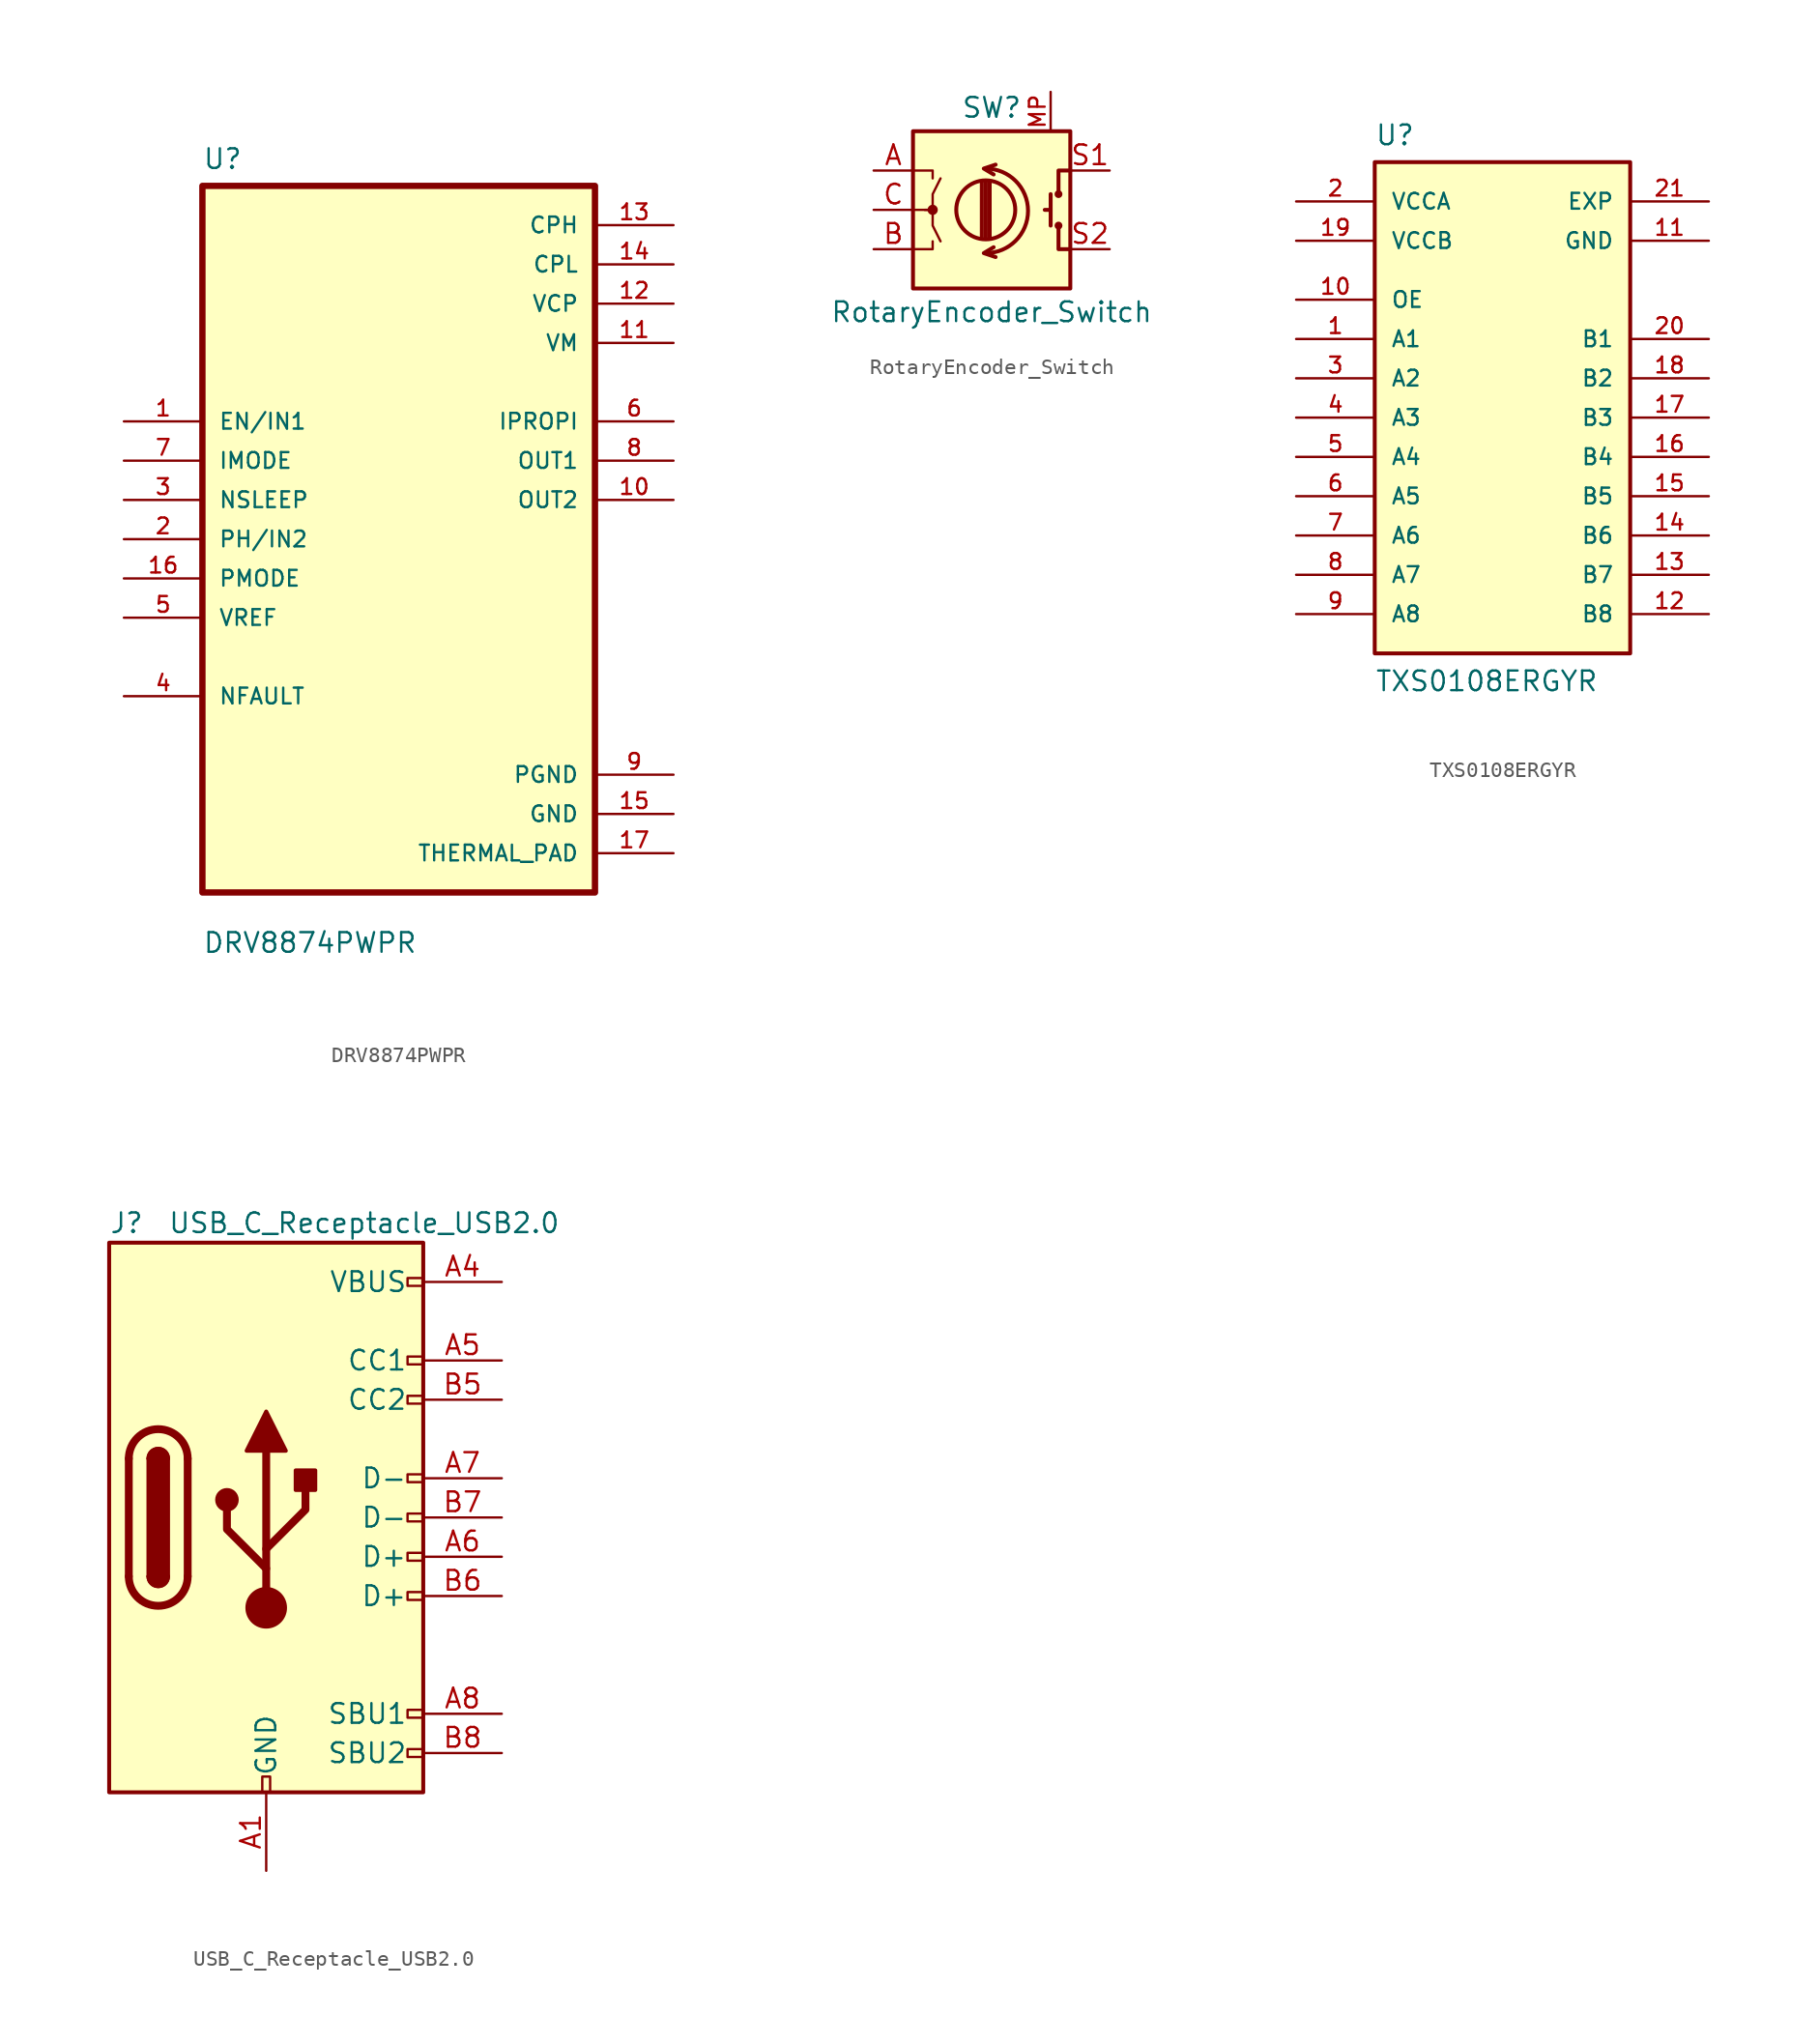
<source format=kicad_sym>
(kicad_symbol_lib
  (version 20211014)
  (generator kicad_symbol_editor)
  (symbol "DRV8874PWPR"
    (pin_names
      (offset 1.016))
    (property "Reference" "U"
      (at -12.7 23.86 0)
      (effects (font (size 1.27 1.27)) (justify left bottom)))
    (property "Value" "DRV8874PWPR"
      (at -12.7 -26.86 0)
      (effects (font (size 1.27 1.27)) (justify left bottom)))
    (symbol "DRV8874PWPR_0_0"
      (rectangle (start -12.7 -22.86) (end 12.7 22.86) (stroke (width 0.41) (type default) (color 0 0 0 0)) (fill (type background)))
      (pin input line (at -17.78 7.62 0) (length 5.08) (name "EN/IN1" (effects (font (size 1.016 1.016)))) (number "1" (effects (font (size 1.016 1.016)))))
      (pin output line (at 17.78 2.54 180) (length 5.08) (name "OUT2" (effects (font (size 1.016 1.016)))) (number "10" (effects (font (size 1.016 1.016)))))
      (pin power_in line (at 17.78 12.7 180) (length 5.08) (name "VM" (effects (font (size 1.016 1.016)))) (number "11" (effects (font (size 1.016 1.016)))))
      (pin power_in line (at 17.78 15.24 180) (length 5.08) (name "VCP" (effects (font (size 1.016 1.016)))) (number "12" (effects (font (size 1.016 1.016)))))
      (pin power_in line (at 17.78 20.32 180) (length 5.08) (name "CPH" (effects (font (size 1.016 1.016)))) (number "13" (effects (font (size 1.016 1.016)))))
      (pin power_in line (at 17.78 17.78 180) (length 5.08) (name "CPL" (effects (font (size 1.016 1.016)))) (number "14" (effects (font (size 1.016 1.016)))))
      (pin power_in line (at 17.78 -17.78 180) (length 5.08) (name "GND" (effects (font (size 1.016 1.016)))) (number "15" (effects (font (size 1.016 1.016)))))
      (pin input line (at -17.78 -2.54 0) (length 5.08) (name "PMODE" (effects (font (size 1.016 1.016)))) (number "16" (effects (font (size 1.016 1.016)))))
      (pin power_in line (at 17.78 -20.32 180) (length 5.08) (name "THERMAL_PAD" (effects (font (size 1.016 1.016)))) (number "17" (effects (font (size 1.016 1.016)))))
      (pin input line (at -17.78 0 0) (length 5.08) (name "PH/IN2" (effects (font (size 1.016 1.016)))) (number "2" (effects (font (size 1.016 1.016)))))
      (pin input line (at -17.78 2.54 0) (length 5.08) (name "NSLEEP" (effects (font (size 1.016 1.016)))) (number "3" (effects (font (size 1.016 1.016)))))
      (pin bidirectional line (at -17.78 -10.16 0) (length 5.08) (name "NFAULT" (effects (font (size 1.016 1.016)))) (number "4" (effects (font (size 1.016 1.016)))))
      (pin input line (at -17.78 -5.08 0) (length 5.08) (name "VREF" (effects (font (size 1.016 1.016)))) (number "5" (effects (font (size 1.016 1.016)))))
      (pin output line (at 17.78 7.62 180) (length 5.08) (name "IPROPI" (effects (font (size 1.016 1.016)))) (number "6" (effects (font (size 1.016 1.016)))))
      (pin input line (at -17.78 5.08 0) (length 5.08) (name "IMODE" (effects (font (size 1.016 1.016)))) (number "7" (effects (font (size 1.016 1.016)))))
      (pin output line (at 17.78 5.08 180) (length 5.08) (name "OUT1" (effects (font (size 1.016 1.016)))) (number "8" (effects (font (size 1.016 1.016)))))
      (pin power_in line (at 17.78 -15.24 180) (length 5.08) (name "PGND" (effects (font (size 1.016 1.016)))) (number "9" (effects (font (size 1.016 1.016)))))))
  (symbol "RotaryEncoder_Switch"
    (pin_names
      (offset 0.254) hide)
    (property "Reference" "SW"
      (at 0 6.604 0)
      (effects (font (size 1.27 1.27))))
    (property "Value" "RotaryEncoder_Switch"
      (at 0 -6.604 0)
      (effects (font (size 1.27 1.27))))
    (symbol "RotaryEncoder_Switch_0_0"
      (pin power_in line (at 3.81 7.62 270) (length 2.54) (name "MP" (effects (font (size 1.016 1.016)))) (number "MP" (effects (font (size 1.016 1.016))))))
    (symbol "RotaryEncoder_Switch_0_1"
      (rectangle (start -5.08 5.08) (end 5.08 -5.08) (stroke (width 0.254) (type default) (color 0 0 0 0)) (fill (type background)))
      (circle (center -3.81 0) (radius 0.254) (stroke (width 0) (type default) (color 0 0 0 0)) (fill (type outline)))
      (arc (start -0.381 -2.794) (mid 2.3622 -0.0508) (end -0.381 2.667) (stroke (width 0.254) (type default) (color 0 0 0 0)) (fill (type none)))
      (circle (center -0.381 0) (radius 1.905) (stroke (width 0.254) (type default) (color 0 0 0 0)) (fill (type none)))
      (polyline (pts (xy -0.635 -1.778) (xy -0.635 1.778)) (stroke (width 0.254) (type default) (color 0 0 0 0)) (fill (type none)))
      (polyline (pts (xy -0.381 -1.778) (xy -0.381 1.778)) (stroke (width 0.254) (type default) (color 0 0 0 0)) (fill (type none)))
      (polyline (pts (xy -0.127 1.778) (xy -0.127 -1.778)) (stroke (width 0.254) (type default) (color 0 0 0 0)) (fill (type none)))
      (polyline (pts (xy 3.81 0) (xy 3.429 0)) (stroke (width 0.254) (type default) (color 0 0 0 0)) (fill (type none)))
      (polyline (pts (xy 3.81 1.016) (xy 3.81 -1.016)) (stroke (width 0.254) (type default) (color 0 0 0 0)) (fill (type none)))
      (polyline (pts (xy -5.08 -2.54) (xy -3.81 -2.54) (xy -3.81 -2.032)) (stroke (width 0) (type default) (color 0 0 0 0)) (fill (type none)))
      (polyline (pts (xy -5.08 2.54) (xy -3.81 2.54) (xy -3.81 2.032)) (stroke (width 0) (type default) (color 0 0 0 0)) (fill (type none)))
      (polyline (pts (xy 0.254 -3.048) (xy -0.508 -2.794) (xy 0.127 -2.413)) (stroke (width 0.254) (type default) (color 0 0 0 0)) (fill (type none)))
      (polyline (pts (xy 0.254 2.921) (xy -0.508 2.667) (xy 0.127 2.286)) (stroke (width 0.254) (type default) (color 0 0 0 0)) (fill (type none)))
      (polyline (pts (xy 5.08 -2.54) (xy 4.318 -2.54) (xy 4.318 -1.016)) (stroke (width 0.254) (type default) (color 0 0 0 0)) (fill (type none)))
      (polyline (pts (xy 5.08 2.54) (xy 4.318 2.54) (xy 4.318 1.016)) (stroke (width 0.254) (type default) (color 0 0 0 0)) (fill (type none)))
      (polyline (pts (xy -5.08 0) (xy -3.81 0) (xy -3.81 -1.016) (xy -3.302 -2.032)) (stroke (width 0) (type default) (color 0 0 0 0)) (fill (type none)))
      (polyline (pts (xy -4.318 0) (xy -3.81 0) (xy -3.81 1.016) (xy -3.302 2.032)) (stroke (width 0) (type default) (color 0 0 0 0)) (fill (type none)))
      (circle (center 4.318 -1.016) (radius 0.127) (stroke (width 0.254) (type default) (color 0 0 0 0)) (fill (type none)))
      (circle (center 4.318 1.016) (radius 0.127) (stroke (width 0.254) (type default) (color 0 0 0 0)) (fill (type none))))
    (symbol "RotaryEncoder_Switch_1_1"
      (pin passive line (at -7.62 2.54 0) (length 2.54) (name "A" (effects (font (size 1.27 1.27)))) (number "A" (effects (font (size 1.27 1.27)))))
      (pin passive line (at -7.62 -2.54 0) (length 2.54) (name "B" (effects (font (size 1.27 1.27)))) (number "B" (effects (font (size 1.27 1.27)))))
      (pin passive line (at -7.62 0 0) (length 2.54) (name "C" (effects (font (size 1.27 1.27)))) (number "C" (effects (font (size 1.27 1.27)))))
      (pin passive line (at 7.62 2.54 180) (length 2.54) (name "S1" (effects (font (size 1.27 1.27)))) (number "S1" (effects (font (size 1.27 1.27)))))
      (pin passive line (at 7.62 -2.54 180) (length 2.54) (name "S2" (effects (font (size 1.27 1.27)))) (number "S2" (effects (font (size 1.27 1.27)))))))
  (symbol "TXS0108ERGYR"
    (pin_names
      (offset 1.016))
    (property "Reference" "U"
      (at -8.89 17.51 0)
      (effects (font (size 1.27 1.27)) (justify left bottom)))
    (property "Value" "TXS0108ERGYR"
      (at -8.89 -17.78 0)
      (effects (font (size 1.27 1.27)) (justify left bottom)))
    (symbol "TXS0108ERGYR_0_0"
      (rectangle (start -8.89 16.51) (end 7.62 -15.24) (stroke (width 0.254) (type default) (color 0 0 0 0)) (fill (type background)))
      (pin bidirectional line (at -13.97 5.08 0) (length 5.08) (name "A1" (effects (font (size 1.016 1.016)))) (number "1" (effects (font (size 1.016 1.016)))))
      (pin input line (at -13.97 7.62 0) (length 5.08) (name "OE" (effects (font (size 1.016 1.016)))) (number "10" (effects (font (size 1.016 1.016)))))
      (pin power_in line (at 12.7 11.43 180) (length 5.08) (name "GND" (effects (font (size 1.016 1.016)))) (number "11" (effects (font (size 1.016 1.016)))))
      (pin bidirectional line (at 12.7 -12.7 180) (length 5.08) (name "B8" (effects (font (size 1.016 1.016)))) (number "12" (effects (font (size 1.016 1.016)))))
      (pin bidirectional line (at 12.7 -10.16 180) (length 5.08) (name "B7" (effects (font (size 1.016 1.016)))) (number "13" (effects (font (size 1.016 1.016)))))
      (pin bidirectional line (at 12.7 -7.62 180) (length 5.08) (name "B6" (effects (font (size 1.016 1.016)))) (number "14" (effects (font (size 1.016 1.016)))))
      (pin bidirectional line (at 12.7 -5.08 180) (length 5.08) (name "B5" (effects (font (size 1.016 1.016)))) (number "15" (effects (font (size 1.016 1.016)))))
      (pin bidirectional line (at 12.7 -2.54 180) (length 5.08) (name "B4" (effects (font (size 1.016 1.016)))) (number "16" (effects (font (size 1.016 1.016)))))
      (pin bidirectional line (at 12.7 0 180) (length 5.08) (name "B3" (effects (font (size 1.016 1.016)))) (number "17" (effects (font (size 1.016 1.016)))))
      (pin bidirectional line (at 12.7 2.54 180) (length 5.08) (name "B2" (effects (font (size 1.016 1.016)))) (number "18" (effects (font (size 1.016 1.016)))))
      (pin power_in line (at -13.97 11.43 0) (length 5.08) (name "VCCB" (effects (font (size 1.016 1.016)))) (number "19" (effects (font (size 1.016 1.016)))))
      (pin power_in line (at -13.97 13.97 0) (length 5.08) (name "VCCA" (effects (font (size 1.016 1.016)))) (number "2" (effects (font (size 1.016 1.016)))))
      (pin bidirectional line (at 12.7 5.08 180) (length 5.08) (name "B1" (effects (font (size 1.016 1.016)))) (number "20" (effects (font (size 1.016 1.016)))))
      (pin power_in line (at 12.7 13.97 180) (length 5.08) (name "EXP" (effects (font (size 1.016 1.016)))) (number "21" (effects (font (size 1.016 1.016)))))
      (pin bidirectional line (at -13.97 2.54 0) (length 5.08) (name "A2" (effects (font (size 1.016 1.016)))) (number "3" (effects (font (size 1.016 1.016)))))
      (pin bidirectional line (at -13.97 0 0) (length 5.08) (name "A3" (effects (font (size 1.016 1.016)))) (number "4" (effects (font (size 1.016 1.016)))))
      (pin bidirectional line (at -13.97 -2.54 0) (length 5.08) (name "A4" (effects (font (size 1.016 1.016)))) (number "5" (effects (font (size 1.016 1.016)))))
      (pin bidirectional line (at -13.97 -5.08 0) (length 5.08) (name "A5" (effects (font (size 1.016 1.016)))) (number "6" (effects (font (size 1.016 1.016)))))
      (pin bidirectional line (at -13.97 -7.62 0) (length 5.08) (name "A6" (effects (font (size 1.016 1.016)))) (number "7" (effects (font (size 1.016 1.016)))))
      (pin bidirectional line (at -13.97 -10.16 0) (length 5.08) (name "A7" (effects (font (size 1.016 1.016)))) (number "8" (effects (font (size 1.016 1.016)))))
      (pin bidirectional line (at -13.97 -12.7 0) (length 5.08) (name "A8" (effects (font (size 1.016 1.016)))) (number "9" (effects (font (size 1.016 1.016)))))))
  (symbol "USB_C_Receptacle_USB2.0"
    (pin_names
      (offset 1.016))
    (property "Reference" "J"
      (at -10.16 19.05 0)
      (effects (font (size 1.27 1.27)) (justify left)))
    (property "Value" "USB_C_Receptacle_USB2.0"
      (at 19.05 19.05 0)
      (effects (font (size 1.27 1.27)) (justify right)))
    (symbol "USB_C_Receptacle_USB2.0_0_0"
      (rectangle (start -0.254 -17.78) (end 0.254 -16.764) (stroke (width 0) (type default) (color 0 0 0 0)) (fill (type none)))
      (rectangle (start 10.16 -14.986) (end 9.144 -15.494) (stroke (width 0) (type default) (color 0 0 0 0)) (fill (type none)))
      (rectangle (start 10.16 -12.446) (end 9.144 -12.954) (stroke (width 0) (type default) (color 0 0 0 0)) (fill (type none)))
      (rectangle (start 10.16 -4.826) (end 9.144 -5.334) (stroke (width 0) (type default) (color 0 0 0 0)) (fill (type none)))
      (rectangle (start 10.16 -2.286) (end 9.144 -2.794) (stroke (width 0) (type default) (color 0 0 0 0)) (fill (type none)))
      (rectangle (start 10.16 0.254) (end 9.144 -0.254) (stroke (width 0) (type default) (color 0 0 0 0)) (fill (type none)))
      (rectangle (start 10.16 2.794) (end 9.144 2.286) (stroke (width 0) (type default) (color 0 0 0 0)) (fill (type none)))
      (rectangle (start 10.16 7.874) (end 9.144 7.366) (stroke (width 0) (type default) (color 0 0 0 0)) (fill (type none)))
      (rectangle (start 10.16 10.414) (end 9.144 9.906) (stroke (width 0) (type default) (color 0 0 0 0)) (fill (type none)))
      (rectangle (start 10.16 15.494) (end 9.144 14.986) (stroke (width 0) (type default) (color 0 0 0 0)) (fill (type none))))
    (symbol "USB_C_Receptacle_USB2.0_0_1"
      (rectangle (start -10.16 17.78) (end 10.16 -17.78) (stroke (width 0.254) (type default) (color 0 0 0 0)) (fill (type background)))
      (arc (start -8.89 -3.81) (mid -6.985 -5.715) (end -5.08 -3.81) (stroke (width 0.508) (type default) (color 0 0 0 0)) (fill (type none)))
      (arc (start -7.62 -3.81) (mid -6.985 -4.445) (end -6.35 -3.81) (stroke (width 0.254) (type default) (color 0 0 0 0)) (fill (type none)))
      (arc (start -7.62 -3.81) (mid -6.985 -4.445) (end -6.35 -3.81) (stroke (width 0.254) (type default) (color 0 0 0 0)) (fill (type outline)))
      (rectangle (start -7.62 -3.81) (end -6.35 3.81) (stroke (width 0.254) (type default) (color 0 0 0 0)) (fill (type outline)))
      (arc (start -6.35 3.81) (mid -6.985 4.445) (end -7.62 3.81) (stroke (width 0.254) (type default) (color 0 0 0 0)) (fill (type none)))
      (arc (start -6.35 3.81) (mid -6.985 4.445) (end -7.62 3.81) (stroke (width 0.254) (type default) (color 0 0 0 0)) (fill (type outline)))
      (arc (start -5.08 3.81) (mid -6.985 5.715) (end -8.89 3.81) (stroke (width 0.508) (type default) (color 0 0 0 0)) (fill (type none)))
      (circle (center -2.54 1.143) (radius 0.635) (stroke (width 0.254) (type default) (color 0 0 0 0)) (fill (type outline)))
      (circle (center 0 -5.842) (radius 1.27) (stroke (width 0) (type default) (color 0 0 0 0)) (fill (type outline)))
      (polyline (pts (xy -8.89 -3.81) (xy -8.89 3.81)) (stroke (width 0.508) (type default) (color 0 0 0 0)) (fill (type none)))
      (polyline (pts (xy -5.08 3.81) (xy -5.08 -3.81)) (stroke (width 0.508) (type default) (color 0 0 0 0)) (fill (type none)))
      (polyline (pts (xy 0 -5.842) (xy 0 4.318)) (stroke (width 0.508) (type default) (color 0 0 0 0)) (fill (type none)))
      (polyline (pts (xy 0 -3.302) (xy -2.54 -0.762) (xy -2.54 0.508)) (stroke (width 0.508) (type default) (color 0 0 0 0)) (fill (type none)))
      (polyline (pts (xy 0 -2.032) (xy 2.54 0.508) (xy 2.54 1.778)) (stroke (width 0.508) (type default) (color 0 0 0 0)) (fill (type none)))
      (polyline (pts (xy -1.27 4.318) (xy 0 6.858) (xy 1.27 4.318) (xy -1.27 4.318)) (stroke (width 0.254) (type default) (color 0 0 0 0)) (fill (type outline)))
      (rectangle (start 1.905 1.778) (end 3.175 3.048) (stroke (width 0.254) (type default) (color 0 0 0 0)) (fill (type outline))))
    (symbol "USB_C_Receptacle_USB2.0_1_1"
      (pin passive line (at 0 -22.86 90) (length 5.08) (name "GND" (effects (font (size 1.27 1.27)))) (number "A1" (effects (font (size 1.27 1.27)))))
      (pin passive line (at 0 -22.86 90) (length 5.08) hide (name "GND" (effects (font (size 1.27 1.27)))) (number "A12" (effects (font (size 1.27 1.27)))))
      (pin passive line (at 15.24 15.24 180) (length 5.08) (name "VBUS" (effects (font (size 1.27 1.27)))) (number "A4" (effects (font (size 1.27 1.27)))))
      (pin bidirectional line (at 15.24 10.16 180) (length 5.08) (name "CC1" (effects (font (size 1.27 1.27)))) (number "A5" (effects (font (size 1.27 1.27)))))
      (pin bidirectional line (at 15.24 -2.54 180) (length 5.08) (name "D+" (effects (font (size 1.27 1.27)))) (number "A6" (effects (font (size 1.27 1.27)))))
      (pin bidirectional line (at 15.24 2.54 180) (length 5.08) (name "D-" (effects (font (size 1.27 1.27)))) (number "A7" (effects (font (size 1.27 1.27)))))
      (pin bidirectional line (at 15.24 -12.7 180) (length 5.08) (name "SBU1" (effects (font (size 1.27 1.27)))) (number "A8" (effects (font (size 1.27 1.27)))))
      (pin passive line (at 15.24 15.24 180) (length 5.08) hide (name "VBUS" (effects (font (size 1.27 1.27)))) (number "A9" (effects (font (size 1.27 1.27)))))
      (pin passive line (at 0 -22.86 90) (length 5.08) hide (name "GND" (effects (font (size 1.27 1.27)))) (number "B1" (effects (font (size 1.27 1.27)))))
      (pin passive line (at 0 -22.86 90) (length 5.08) hide (name "GND" (effects (font (size 1.27 1.27)))) (number "B12" (effects (font (size 1.27 1.27)))))
      (pin passive line (at 15.24 15.24 180) (length 5.08) hide (name "VBUS" (effects (font (size 1.27 1.27)))) (number "B4" (effects (font (size 1.27 1.27)))))
      (pin bidirectional line (at 15.24 7.62 180) (length 5.08) (name "CC2" (effects (font (size 1.27 1.27)))) (number "B5" (effects (font (size 1.27 1.27)))))
      (pin bidirectional line (at 15.24 -5.08 180) (length 5.08) (name "D+" (effects (font (size 1.27 1.27)))) (number "B6" (effects (font (size 1.27 1.27)))))
      (pin bidirectional line (at 15.24 0 180) (length 5.08) (name "D-" (effects (font (size 1.27 1.27)))) (number "B7" (effects (font (size 1.27 1.27)))))
      (pin bidirectional line (at 15.24 -15.24 180) (length 5.08) (name "SBU2" (effects (font (size 1.27 1.27)))) (number "B8" (effects (font (size 1.27 1.27)))))
      (pin passive line (at 15.24 15.24 180) (length 5.08) hide (name "VBUS" (effects (font (size 1.27 1.27)))) (number "B9" (effects (font (size 1.27 1.27))))))))
</source>
